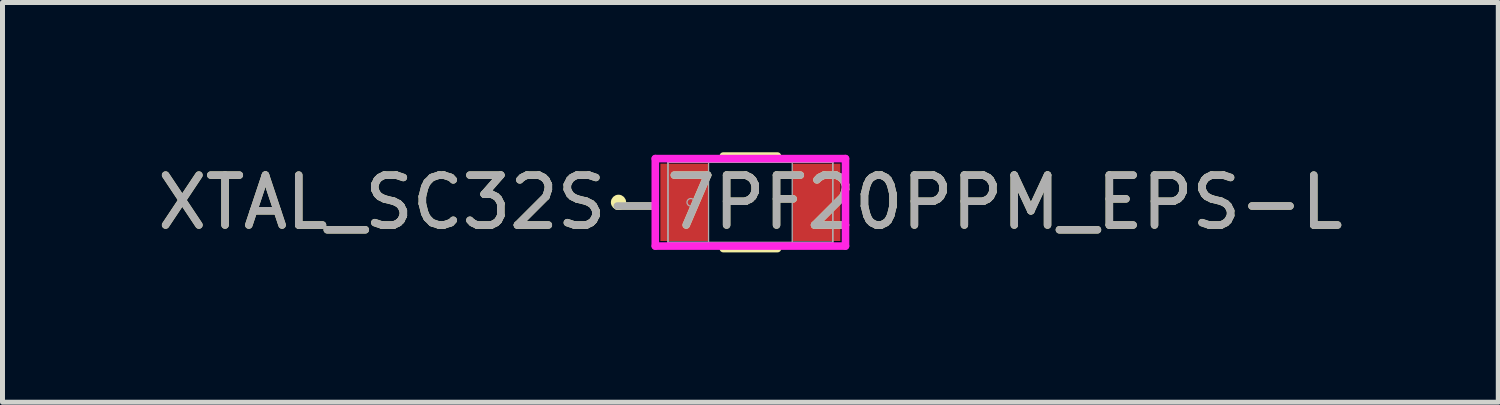
<source format=kicad_pcb>
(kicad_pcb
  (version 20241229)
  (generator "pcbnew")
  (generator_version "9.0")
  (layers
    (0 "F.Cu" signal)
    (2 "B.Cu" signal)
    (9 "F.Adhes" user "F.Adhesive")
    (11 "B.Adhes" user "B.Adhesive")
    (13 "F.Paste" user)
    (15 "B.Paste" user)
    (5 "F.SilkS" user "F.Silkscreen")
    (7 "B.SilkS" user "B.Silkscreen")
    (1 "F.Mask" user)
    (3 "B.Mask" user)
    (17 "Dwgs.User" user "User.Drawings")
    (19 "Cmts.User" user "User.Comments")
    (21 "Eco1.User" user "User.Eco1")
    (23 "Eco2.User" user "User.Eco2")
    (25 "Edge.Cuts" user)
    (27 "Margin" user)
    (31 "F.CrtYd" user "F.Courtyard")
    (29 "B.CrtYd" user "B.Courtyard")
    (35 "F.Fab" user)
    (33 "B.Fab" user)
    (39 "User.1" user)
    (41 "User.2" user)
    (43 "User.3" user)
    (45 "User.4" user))
  (footprint "XTAL_SC32S-7PF20PPM_EPS-L"
    (layer "F.Cu")
    (at 11.982 1.003)
    (property "Reference" "XTAL_SC32S-7PF20PPM_EPS-L" (at 0 0 0) (unlocked yes) (layer "F.SilkS") (effects (font (size 1 1) (thickness 0.15))))
    (attr smd)
    (fp_line (start -0.542 0.927) (end 0.542 0.927) (stroke (width 0.152) (type solid)) (layer "F.SilkS"))
    (fp_line (start 0.542 -0.927) (end -0.542 -0.927) (stroke (width 0.152) (type solid)) (layer "F.SilkS"))
    (fp_circle (center -2.642 0) (end -2.565 0) (stroke (width 0.152) (type solid)) (fill no) (layer "F.SilkS"))
    (fp_line (start -1.905 -0.876) (end 1.905 -0.876) (stroke (width 0.152) (type solid)) (layer "F.CrtYd"))
    (fp_line (start -1.905 0.876) (end -1.905 -0.876) (stroke (width 0.152) (type solid)) (layer "F.CrtYd"))
    (fp_line (start 1.905 -0.876) (end 1.905 0.876) (stroke (width 0.152) (type solid)) (layer "F.CrtYd"))
    (fp_line (start 1.905 0.876) (end -1.905 0.876) (stroke (width 0.152) (type solid)) (layer "F.CrtYd"))
    (fp_line (start -1.651 -0.8) (end -1.651 0.8) (stroke (width 0.025) (type solid)) (layer "F.Fab"))
    (fp_line (start -1.651 -0.8) (end -1.651 0.8) (stroke (width 0.025) (type solid)) (layer "F.Fab"))
    (fp_line (start -1.651 0.8) (end -0.838 0.8) (stroke (width 0.025) (type solid)) (layer "F.Fab"))
    (fp_line (start -1.651 0.8) (end 1.651 0.8) (stroke (width 0.025) (type solid)) (layer "F.Fab"))
    (fp_line (start -0.838 -0.8) (end -1.651 -0.8) (stroke (width 0.025) (type solid)) (layer "F.Fab"))
    (fp_line (start -0.838 0.8) (end -0.838 -0.8) (stroke (width 0.025) (type solid)) (layer "F.Fab"))
    (fp_line (start 0.838 -0.8) (end 0.838 0.8) (stroke (width 0.025) (type solid)) (layer "F.Fab"))
    (fp_line (start 0.838 0.8) (end 1.651 0.8) (stroke (width 0.025) (type solid)) (layer "F.Fab"))
    (fp_line (start 1.651 -0.8) (end -1.651 -0.8) (stroke (width 0.025) (type solid)) (layer "F.Fab"))
    (fp_line (start 1.651 -0.8) (end 0.838 -0.8) (stroke (width 0.025) (type solid)) (layer "F.Fab"))
    (fp_line (start 1.651 0.8) (end 1.651 -0.8) (stroke (width 0.025) (type solid)) (layer "F.Fab"))
    (fp_line (start 1.651 0.8) (end 1.651 -0.8) (stroke (width 0.025) (type solid)) (layer "F.Fab"))
    (fp_circle (center -1.194 0) (end -1.118 0) (stroke (width 0.025) (type solid)) (fill no) (layer "F.Fab"))
    (fp_text user "${REFERENCE}" (at 0 0 0) (unlocked yes) (layer "F.Fab") (effects (font (size 1 1) (thickness 0.15))))
    (pad "1" smd rect (at -1.321 0) (size 0.965 1.549) (layers "F.Cu" "F.Mask" "F.Paste"))
    (pad "2" smd rect (at 1.321 0) (size 0.965 1.549) (layers "F.Cu" "F.Mask" "F.Paste"))
    (zone (net_name "") (layer "F.Cu") (hatch full 0.508) (connect_pads) (min_thickness 0.254) (filled_areas_thickness no) (keepout (tracks not_allowed) (vias not_allowed) (pads allowed) (copperpour not_allowed) (footprints allowed)) (placement (enabled no)) (fill) (polygon (pts (xy 11.195 0.254) (xy 12.77 0.254) (xy 12.77 1.753) (xy 11.195 1.753)))))
  (gr_rect
    (start -3 -3)
    (end 26.964 5.007)
    (stroke (width 0.1) (type default))
    (fill no)
    (layer "Edge.Cuts")))
</source>
